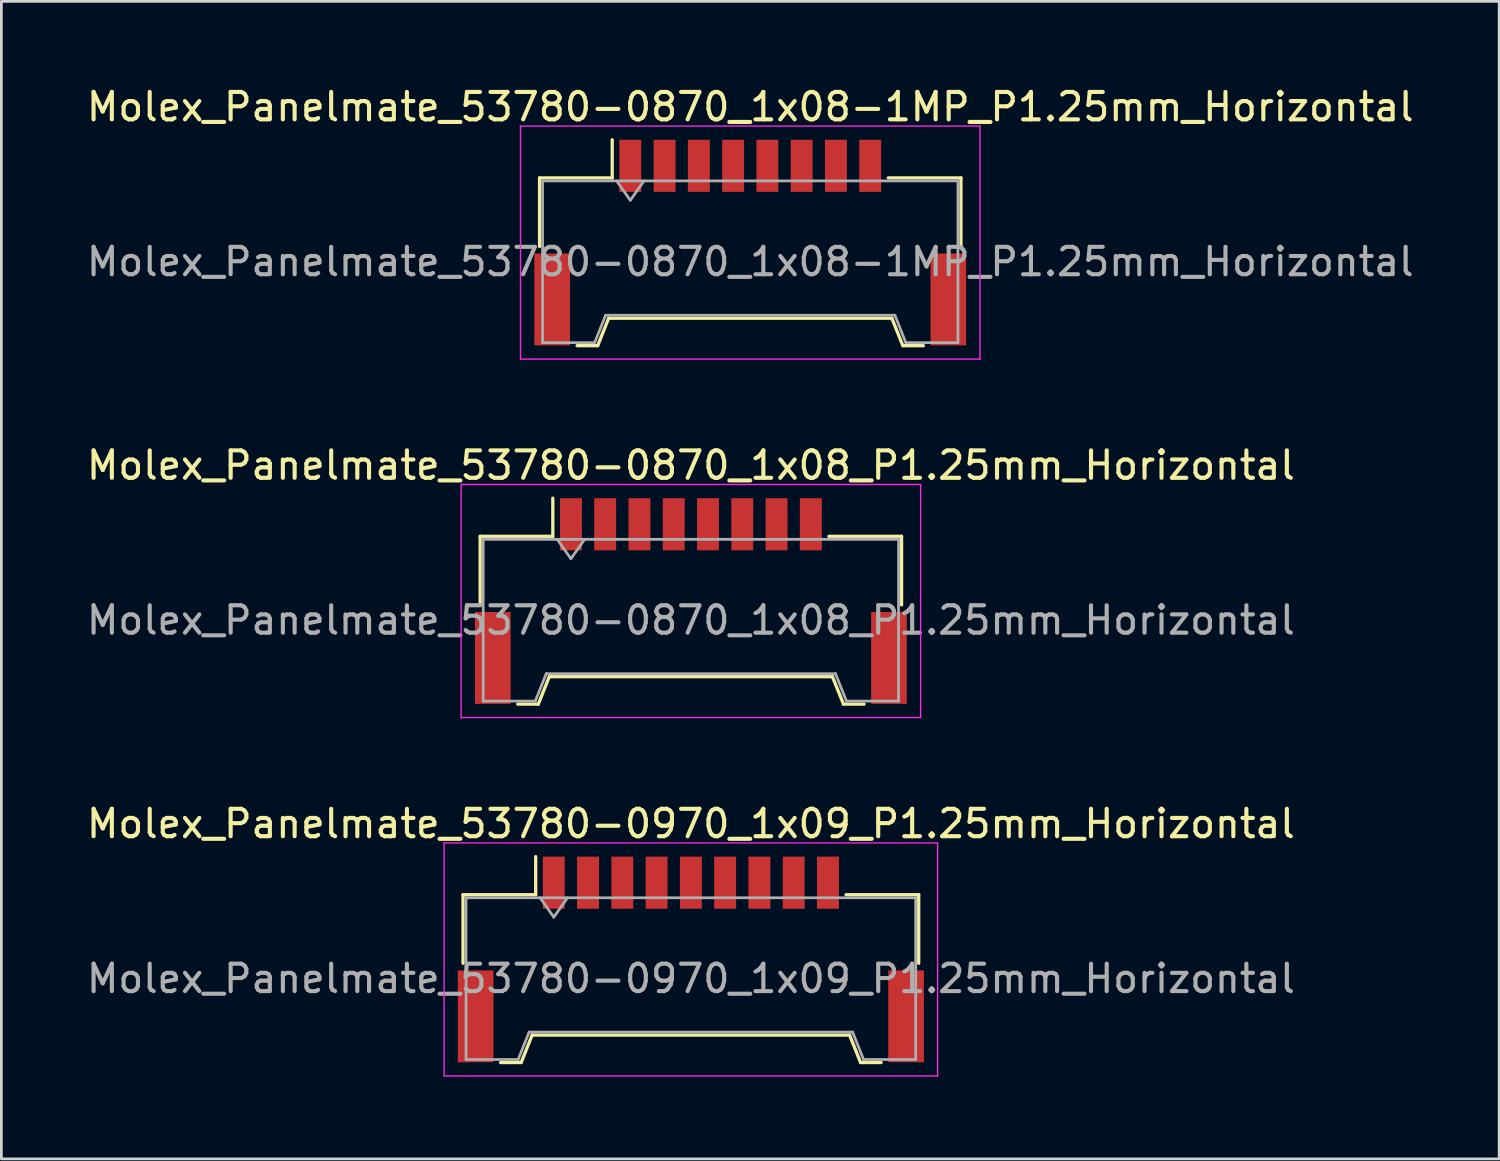
<source format=kicad_pcb>
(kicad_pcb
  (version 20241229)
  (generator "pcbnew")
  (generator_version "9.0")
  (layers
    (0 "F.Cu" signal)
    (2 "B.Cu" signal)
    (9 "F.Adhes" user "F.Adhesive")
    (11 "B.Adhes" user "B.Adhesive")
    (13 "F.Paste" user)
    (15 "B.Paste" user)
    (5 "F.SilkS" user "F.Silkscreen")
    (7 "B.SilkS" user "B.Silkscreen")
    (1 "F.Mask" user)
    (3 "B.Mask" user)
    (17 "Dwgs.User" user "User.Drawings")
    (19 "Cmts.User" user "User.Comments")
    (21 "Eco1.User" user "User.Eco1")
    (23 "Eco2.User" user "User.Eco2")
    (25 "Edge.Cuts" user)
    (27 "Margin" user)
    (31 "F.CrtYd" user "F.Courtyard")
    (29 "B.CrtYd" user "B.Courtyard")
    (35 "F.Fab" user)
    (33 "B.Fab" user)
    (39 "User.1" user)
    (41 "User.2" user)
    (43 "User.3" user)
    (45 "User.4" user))
  (footprint "Molex_Panelmate_53780-0970_1x09_P1.25mm_Horizontal"
    (layer "F.Cu")
    (at 22.149 31.945)
    (property "Reference" "Molex_Panelmate_53780-0970_1x09_P1.25mm_Horizontal" (at 0 -4.95 0) (layer "F.SilkS") (effects (font (size 1 1) (thickness 0.15))))
    (attr smd)
    (fp_line (start -8.31 -2.36) (end -5.66 -2.36) (stroke (width 0.12) (type solid)) (layer "F.SilkS"))
    (fp_line (start -8.31 0.14) (end -8.31 -2.36) (stroke (width 0.12) (type solid)) (layer "F.SilkS"))
    (fp_line (start -6.94 3.76) (end -6.19 3.76) (stroke (width 0.12) (type solid)) (layer "F.SilkS"))
    (fp_line (start -6.19 3.76) (end -5.79 2.76) (stroke (width 0.12) (type solid)) (layer "F.SilkS"))
    (fp_line (start -5.79 2.76) (end 5.79 2.76) (stroke (width 0.12) (type solid)) (layer "F.SilkS"))
    (fp_line (start -5.66 -2.36) (end -5.66 -3.75) (stroke (width 0.12) (type solid)) (layer "F.SilkS"))
    (fp_line (start 5.79 2.76) (end 6.19 3.76) (stroke (width 0.12) (type solid)) (layer "F.SilkS"))
    (fp_line (start 6.19 3.76) (end 6.94 3.76) (stroke (width 0.12) (type solid)) (layer "F.SilkS"))
    (fp_line (start 8.31 -2.36) (end 5.66 -2.36) (stroke (width 0.12) (type solid)) (layer "F.SilkS"))
    (fp_line (start 8.31 0.14) (end 8.31 -2.36) (stroke (width 0.12) (type solid)) (layer "F.SilkS"))
    (fp_line (start -9 -4.25) (end -9 4.25) (stroke (width 0.05) (type solid)) (layer "F.CrtYd"))
    (fp_line (start -9 4.25) (end 9 4.25) (stroke (width 0.05) (type solid)) (layer "F.CrtYd"))
    (fp_line (start 9 -4.25) (end -9 -4.25) (stroke (width 0.05) (type solid)) (layer "F.CrtYd"))
    (fp_line (start 9 4.25) (end 9 -4.25) (stroke (width 0.05) (type solid)) (layer "F.CrtYd"))
    (fp_line (start -8.2 -2.25) (end -8.2 3.65) (stroke (width 0.1) (type solid)) (layer "F.Fab"))
    (fp_line (start -8.2 -2.25) (end 8.2 -2.25) (stroke (width 0.1) (type solid)) (layer "F.Fab"))
    (fp_line (start -8.2 3.65) (end -6.3 3.65) (stroke (width 0.1) (type solid)) (layer "F.Fab"))
    (fp_line (start -6.3 3.65) (end -5.9 2.65) (stroke (width 0.1) (type solid)) (layer "F.Fab"))
    (fp_line (start -5.9 2.65) (end 5.9 2.65) (stroke (width 0.1) (type solid)) (layer "F.Fab"))
    (fp_line (start -5.5 -2.25) (end -5 -1.543) (stroke (width 0.1) (type solid)) (layer "F.Fab"))
    (fp_line (start -5 -1.543) (end -4.5 -2.25) (stroke (width 0.1) (type solid)) (layer "F.Fab"))
    (fp_line (start 5.9 2.65) (end 6.3 3.65) (stroke (width 0.1) (type solid)) (layer "F.Fab"))
    (fp_line (start 6.3 3.65) (end 8.2 3.65) (stroke (width 0.1) (type solid)) (layer "F.Fab"))
    (fp_line (start 8.2 -2.25) (end 8.2 3.65) (stroke (width 0.1) (type solid)) (layer "F.Fab"))
    (fp_text user "${REFERENCE}" (at 0 0.7 0) (layer "F.Fab") (effects (font (size 1 1) (thickness 0.15))))
    (pad "" smd rect (at -7.85 2.075) (size 1.3 3.35) (layers "F.Cu" "F.Mask" "F.Paste"))
    (pad "" smd rect (at 7.85 2.075) (size 1.3 3.35) (layers "F.Cu" "F.Mask" "F.Paste"))
    (pad "1" smd rect (at -5 -2.8) (size 0.8 1.9) (layers "F.Cu" "F.Mask" "F.Paste"))
    (pad "2" smd rect (at -3.75 -2.8) (size 0.8 1.9) (layers "F.Cu" "F.Mask" "F.Paste"))
    (pad "3" smd rect (at -2.5 -2.8) (size 0.8 1.9) (layers "F.Cu" "F.Mask" "F.Paste"))
    (pad "4" smd rect (at -1.25 -2.8) (size 0.8 1.9) (layers "F.Cu" "F.Mask" "F.Paste"))
    (pad "5" smd rect (at 0 -2.8) (size 0.8 1.9) (layers "F.Cu" "F.Mask" "F.Paste"))
    (pad "6" smd rect (at 1.25 -2.8) (size 0.8 1.9) (layers "F.Cu" "F.Mask" "F.Paste"))
    (pad "7" smd rect (at 2.5 -2.8) (size 0.8 1.9) (layers "F.Cu" "F.Mask" "F.Paste"))
    (pad "8" smd rect (at 3.75 -2.8) (size 0.8 1.9) (layers "F.Cu" "F.Mask" "F.Paste"))
    (pad "9" smd rect (at 5 -2.8) (size 0.8 1.9) (layers "F.Cu" "F.Mask" "F.Paste")))
  (footprint "Molex_Panelmate_53780-0870_1x08-1MP_P1.25mm_Horizontal"
    (layer "F.Cu")
    (at 24.315 5.798)
    (property "Reference" "Molex_Panelmate_53780-0870_1x08-1MP_P1.25mm_Horizontal" (at 0 -4.95 0) (layer "F.SilkS") (effects (font (size 1 1) (thickness 0.15))))
    (attr smd)
    (fp_line (start -7.685 -2.36) (end -5.035 -2.36) (stroke (width 0.12) (type solid)) (layer "F.SilkS"))
    (fp_line (start -7.685 0.14) (end -7.685 -2.36) (stroke (width 0.12) (type solid)) (layer "F.SilkS"))
    (fp_line (start -6.315 3.76) (end -5.565 3.76) (stroke (width 0.12) (type solid)) (layer "F.SilkS"))
    (fp_line (start -5.565 3.76) (end -5.165 2.76) (stroke (width 0.12) (type solid)) (layer "F.SilkS"))
    (fp_line (start -5.165 2.76) (end 5.165 2.76) (stroke (width 0.12) (type solid)) (layer "F.SilkS"))
    (fp_line (start -5.035 -2.36) (end -5.035 -3.75) (stroke (width 0.12) (type solid)) (layer "F.SilkS"))
    (fp_line (start 5.165 2.76) (end 5.565 3.76) (stroke (width 0.12) (type solid)) (layer "F.SilkS"))
    (fp_line (start 5.565 3.76) (end 6.315 3.76) (stroke (width 0.12) (type solid)) (layer "F.SilkS"))
    (fp_line (start 7.685 -2.36) (end 5.035 -2.36) (stroke (width 0.12) (type solid)) (layer "F.SilkS"))
    (fp_line (start 7.685 0.14) (end 7.685 -2.36) (stroke (width 0.12) (type solid)) (layer "F.SilkS"))
    (fp_line (start -8.38 -4.25) (end -8.38 4.25) (stroke (width 0.05) (type solid)) (layer "F.CrtYd"))
    (fp_line (start -8.38 4.25) (end 8.38 4.25) (stroke (width 0.05) (type solid)) (layer "F.CrtYd"))
    (fp_line (start 8.38 -4.25) (end -8.38 -4.25) (stroke (width 0.05) (type solid)) (layer "F.CrtYd"))
    (fp_line (start 8.38 4.25) (end 8.38 -4.25) (stroke (width 0.05) (type solid)) (layer "F.CrtYd"))
    (fp_line (start -7.575 -2.25) (end -7.575 3.65) (stroke (width 0.1) (type solid)) (layer "F.Fab"))
    (fp_line (start -7.575 -2.25) (end 7.575 -2.25) (stroke (width 0.1) (type solid)) (layer "F.Fab"))
    (fp_line (start -7.575 3.65) (end -5.675 3.65) (stroke (width 0.1) (type solid)) (layer "F.Fab"))
    (fp_line (start -5.675 3.65) (end -5.275 2.65) (stroke (width 0.1) (type solid)) (layer "F.Fab"))
    (fp_line (start -5.275 2.65) (end 5.275 2.65) (stroke (width 0.1) (type solid)) (layer "F.Fab"))
    (fp_line (start -4.875 -2.25) (end -4.375 -1.543) (stroke (width 0.1) (type solid)) (layer "F.Fab"))
    (fp_line (start -4.375 -1.543) (end -3.875 -2.25) (stroke (width 0.1) (type solid)) (layer "F.Fab"))
    (fp_line (start 5.275 2.65) (end 5.675 3.65) (stroke (width 0.1) (type solid)) (layer "F.Fab"))
    (fp_line (start 5.675 3.65) (end 7.575 3.65) (stroke (width 0.1) (type solid)) (layer "F.Fab"))
    (fp_line (start 7.575 -2.25) (end 7.575 3.65) (stroke (width 0.1) (type solid)) (layer "F.Fab"))
    (fp_text user "${REFERENCE}" (at 0 0.7 0) (layer "F.Fab") (effects (font (size 1 1) (thickness 0.15))))
    (pad "1" smd rect (at -4.375 -2.8) (size 0.8 1.9) (layers "F.Cu" "F.Mask" "F.Paste"))
    (pad "2" smd rect (at -3.125 -2.8) (size 0.8 1.9) (layers "F.Cu" "F.Mask" "F.Paste"))
    (pad "3" smd rect (at -1.875 -2.8) (size 0.8 1.9) (layers "F.Cu" "F.Mask" "F.Paste"))
    (pad "4" smd rect (at -0.625 -2.8) (size 0.8 1.9) (layers "F.Cu" "F.Mask" "F.Paste"))
    (pad "5" smd rect (at 0.625 -2.8) (size 0.8 1.9) (layers "F.Cu" "F.Mask" "F.Paste"))
    (pad "6" smd rect (at 1.875 -2.8) (size 0.8 1.9) (layers "F.Cu" "F.Mask" "F.Paste"))
    (pad "7" smd rect (at 3.125 -2.8) (size 0.8 1.9) (layers "F.Cu" "F.Mask" "F.Paste"))
    (pad "8" smd rect (at 4.375 -2.8) (size 0.8 1.9) (layers "F.Cu" "F.Mask" "F.Paste"))
    (pad "MP" smd rect (at -7.225 2.075) (size 1.3 3.35) (layers "F.Cu" "F.Mask" "F.Paste"))
    (pad "MP" smd rect (at 7.225 2.075) (size 1.3 3.35) (layers "F.Cu" "F.Mask" "F.Paste")))
  (footprint "Molex_Panelmate_53780-0870_1x08_P1.25mm_Horizontal"
    (layer "F.Cu")
    (at 22.149 18.872)
    (property "Reference" "Molex_Panelmate_53780-0870_1x08_P1.25mm_Horizontal" (at 0 -4.95 0) (layer "F.SilkS") (effects (font (size 1 1) (thickness 0.15))))
    (attr smd)
    (fp_line (start -7.685 -2.36) (end -5.035 -2.36) (stroke (width 0.12) (type solid)) (layer "F.SilkS"))
    (fp_line (start -7.685 0.14) (end -7.685 -2.36) (stroke (width 0.12) (type solid)) (layer "F.SilkS"))
    (fp_line (start -6.315 3.76) (end -5.565 3.76) (stroke (width 0.12) (type solid)) (layer "F.SilkS"))
    (fp_line (start -5.565 3.76) (end -5.165 2.76) (stroke (width 0.12) (type solid)) (layer "F.SilkS"))
    (fp_line (start -5.165 2.76) (end 5.165 2.76) (stroke (width 0.12) (type solid)) (layer "F.SilkS"))
    (fp_line (start -5.035 -2.36) (end -5.035 -3.75) (stroke (width 0.12) (type solid)) (layer "F.SilkS"))
    (fp_line (start 5.165 2.76) (end 5.565 3.76) (stroke (width 0.12) (type solid)) (layer "F.SilkS"))
    (fp_line (start 5.565 3.76) (end 6.315 3.76) (stroke (width 0.12) (type solid)) (layer "F.SilkS"))
    (fp_line (start 7.685 -2.36) (end 5.035 -2.36) (stroke (width 0.12) (type solid)) (layer "F.SilkS"))
    (fp_line (start 7.685 0.14) (end 7.685 -2.36) (stroke (width 0.12) (type solid)) (layer "F.SilkS"))
    (fp_line (start -8.38 -4.25) (end -8.38 4.25) (stroke (width 0.05) (type solid)) (layer "F.CrtYd"))
    (fp_line (start -8.38 4.25) (end 8.38 4.25) (stroke (width 0.05) (type solid)) (layer "F.CrtYd"))
    (fp_line (start 8.38 -4.25) (end -8.38 -4.25) (stroke (width 0.05) (type solid)) (layer "F.CrtYd"))
    (fp_line (start 8.38 4.25) (end 8.38 -4.25) (stroke (width 0.05) (type solid)) (layer "F.CrtYd"))
    (fp_line (start -7.575 -2.25) (end -7.575 3.65) (stroke (width 0.1) (type solid)) (layer "F.Fab"))
    (fp_line (start -7.575 -2.25) (end 7.575 -2.25) (stroke (width 0.1) (type solid)) (layer "F.Fab"))
    (fp_line (start -7.575 3.65) (end -5.675 3.65) (stroke (width 0.1) (type solid)) (layer "F.Fab"))
    (fp_line (start -5.675 3.65) (end -5.275 2.65) (stroke (width 0.1) (type solid)) (layer "F.Fab"))
    (fp_line (start -5.275 2.65) (end 5.275 2.65) (stroke (width 0.1) (type solid)) (layer "F.Fab"))
    (fp_line (start -4.875 -2.25) (end -4.375 -1.543) (stroke (width 0.1) (type solid)) (layer "F.Fab"))
    (fp_line (start -4.375 -1.543) (end -3.875 -2.25) (stroke (width 0.1) (type solid)) (layer "F.Fab"))
    (fp_line (start 5.275 2.65) (end 5.675 3.65) (stroke (width 0.1) (type solid)) (layer "F.Fab"))
    (fp_line (start 5.675 3.65) (end 7.575 3.65) (stroke (width 0.1) (type solid)) (layer "F.Fab"))
    (fp_line (start 7.575 -2.25) (end 7.575 3.65) (stroke (width 0.1) (type solid)) (layer "F.Fab"))
    (fp_text user "${REFERENCE}" (at 0 0.7 0) (layer "F.Fab") (effects (font (size 1 1) (thickness 0.15))))
    (pad "" smd rect (at -7.225 2.075) (size 1.3 3.35) (layers "F.Cu" "F.Mask" "F.Paste"))
    (pad "" smd rect (at 7.225 2.075) (size 1.3 3.35) (layers "F.Cu" "F.Mask" "F.Paste"))
    (pad "1" smd rect (at -4.375 -2.8) (size 0.8 1.9) (layers "F.Cu" "F.Mask" "F.Paste"))
    (pad "2" smd rect (at -3.125 -2.8) (size 0.8 1.9) (layers "F.Cu" "F.Mask" "F.Paste"))
    (pad "3" smd rect (at -1.875 -2.8) (size 0.8 1.9) (layers "F.Cu" "F.Mask" "F.Paste"))
    (pad "4" smd rect (at -0.625 -2.8) (size 0.8 1.9) (layers "F.Cu" "F.Mask" "F.Paste"))
    (pad "5" smd rect (at 0.625 -2.8) (size 0.8 1.9) (layers "F.Cu" "F.Mask" "F.Paste"))
    (pad "6" smd rect (at 1.875 -2.8) (size 0.8 1.9) (layers "F.Cu" "F.Mask" "F.Paste"))
    (pad "7" smd rect (at 3.125 -2.8) (size 0.8 1.9) (layers "F.Cu" "F.Mask" "F.Paste"))
    (pad "8" smd rect (at 4.375 -2.8) (size 0.8 1.9) (layers "F.Cu" "F.Mask" "F.Paste")))
  (gr_rect
    (start -3 -3)
    (end 51.631 39.22)
    (stroke (width 0.1) (type default))
    (fill no)
    (layer "Edge.Cuts")))
</source>
